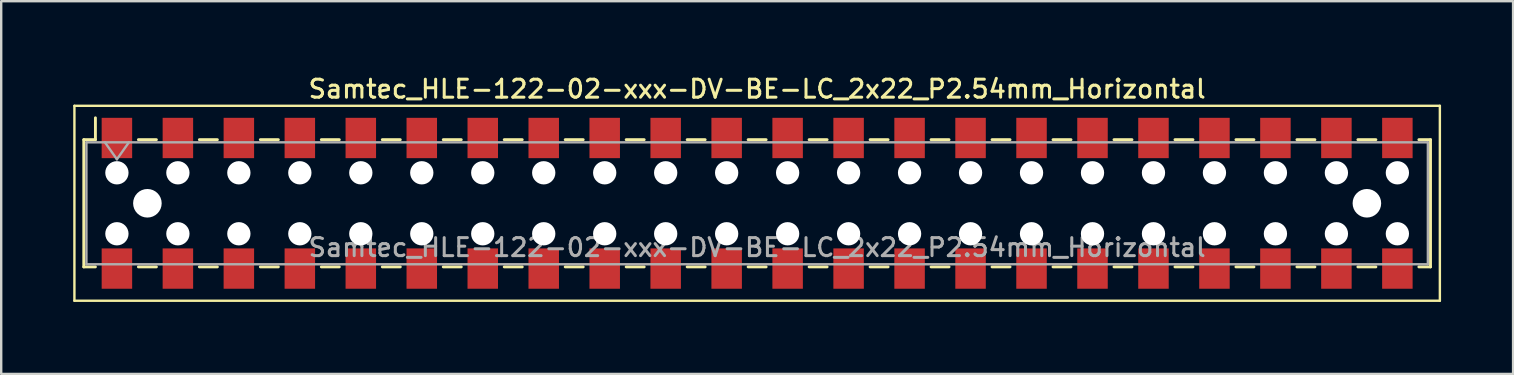
<source format=kicad_pcb>
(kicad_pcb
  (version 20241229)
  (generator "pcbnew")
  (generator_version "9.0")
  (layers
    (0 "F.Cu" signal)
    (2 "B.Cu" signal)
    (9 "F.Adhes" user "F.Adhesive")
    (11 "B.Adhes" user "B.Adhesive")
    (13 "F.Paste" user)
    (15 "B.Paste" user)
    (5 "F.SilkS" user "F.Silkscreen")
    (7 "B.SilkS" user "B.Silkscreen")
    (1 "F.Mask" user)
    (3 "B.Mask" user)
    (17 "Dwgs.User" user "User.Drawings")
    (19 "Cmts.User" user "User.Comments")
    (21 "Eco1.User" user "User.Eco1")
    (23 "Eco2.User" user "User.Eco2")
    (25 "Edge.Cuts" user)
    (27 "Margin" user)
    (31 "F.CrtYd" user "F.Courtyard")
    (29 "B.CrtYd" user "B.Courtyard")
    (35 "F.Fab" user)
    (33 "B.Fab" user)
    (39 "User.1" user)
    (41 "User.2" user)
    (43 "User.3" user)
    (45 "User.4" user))
  (footprint "Samtec_HLE-122-02-xxx-DV-BE-LC_2x22_P2.54mm_Horizontal"
    (layer "F.Cu")
    (at 28.49 5.418)
    (property "Reference" "Samtec_HLE-122-02-xxx-DV-BE-LC_2x22_P2.54mm_Horizontal" (at 0 -4.76 0) (layer "F.SilkS") (effects (font (size 0.75 0.75) (thickness 0.125))))
    (attr smd)
    (fp_line (start -28.44 -4.06) (end 28.44 -4.06) (stroke (width 0.1) (type solid)) (layer "F.SilkS"))
    (fp_line (start -28.44 4.06) (end -28.44 -4.06) (stroke (width 0.1) (type solid)) (layer "F.SilkS"))
    (fp_line (start -28.05 -2.65) (end -28.05 2.65) (stroke (width 0.12) (type solid)) (layer "F.SilkS"))
    (fp_line (start -28.05 2.65) (end -27.565 2.65) (stroke (width 0.12) (type solid)) (layer "F.SilkS"))
    (fp_line (start -27.565 -3.56) (end -27.565 -2.65) (stroke (width 0.12) (type solid)) (layer "F.SilkS"))
    (fp_line (start -27.565 -2.65) (end -28.05 -2.65) (stroke (width 0.12) (type solid)) (layer "F.SilkS"))
    (fp_line (start -25.775 -2.65) (end -25.025 -2.65) (stroke (width 0.12) (type solid)) (layer "F.SilkS"))
    (fp_line (start -25.775 2.65) (end -25.025 2.65) (stroke (width 0.12) (type solid)) (layer "F.SilkS"))
    (fp_line (start -23.235 -2.65) (end -22.485 -2.65) (stroke (width 0.12) (type solid)) (layer "F.SilkS"))
    (fp_line (start -23.235 2.65) (end -22.485 2.65) (stroke (width 0.12) (type solid)) (layer "F.SilkS"))
    (fp_line (start -20.695 -2.65) (end -19.945 -2.65) (stroke (width 0.12) (type solid)) (layer "F.SilkS"))
    (fp_line (start -20.695 2.65) (end -19.945 2.65) (stroke (width 0.12) (type solid)) (layer "F.SilkS"))
    (fp_line (start -18.155 -2.65) (end -17.405 -2.65) (stroke (width 0.12) (type solid)) (layer "F.SilkS"))
    (fp_line (start -18.155 2.65) (end -17.405 2.65) (stroke (width 0.12) (type solid)) (layer "F.SilkS"))
    (fp_line (start -15.615 -2.65) (end -14.865 -2.65) (stroke (width 0.12) (type solid)) (layer "F.SilkS"))
    (fp_line (start -15.615 2.65) (end -14.865 2.65) (stroke (width 0.12) (type solid)) (layer "F.SilkS"))
    (fp_line (start -13.075 -2.65) (end -12.325 -2.65) (stroke (width 0.12) (type solid)) (layer "F.SilkS"))
    (fp_line (start -13.075 2.65) (end -12.325 2.65) (stroke (width 0.12) (type solid)) (layer "F.SilkS"))
    (fp_line (start -10.535 -2.65) (end -9.785 -2.65) (stroke (width 0.12) (type solid)) (layer "F.SilkS"))
    (fp_line (start -10.535 2.65) (end -9.785 2.65) (stroke (width 0.12) (type solid)) (layer "F.SilkS"))
    (fp_line (start -7.995 -2.65) (end -7.245 -2.65) (stroke (width 0.12) (type solid)) (layer "F.SilkS"))
    (fp_line (start -7.995 2.65) (end -7.245 2.65) (stroke (width 0.12) (type solid)) (layer "F.SilkS"))
    (fp_line (start -5.455 -2.65) (end -4.705 -2.65) (stroke (width 0.12) (type solid)) (layer "F.SilkS"))
    (fp_line (start -5.455 2.65) (end -4.705 2.65) (stroke (width 0.12) (type solid)) (layer "F.SilkS"))
    (fp_line (start -2.915 -2.65) (end -2.165 -2.65) (stroke (width 0.12) (type solid)) (layer "F.SilkS"))
    (fp_line (start -2.915 2.65) (end -2.165 2.65) (stroke (width 0.12) (type solid)) (layer "F.SilkS"))
    (fp_line (start -0.375 -2.65) (end 0.375 -2.65) (stroke (width 0.12) (type solid)) (layer "F.SilkS"))
    (fp_line (start -0.375 2.65) (end 0.375 2.65) (stroke (width 0.12) (type solid)) (layer "F.SilkS"))
    (fp_line (start 2.165 -2.65) (end 2.915 -2.65) (stroke (width 0.12) (type solid)) (layer "F.SilkS"))
    (fp_line (start 2.165 2.65) (end 2.915 2.65) (stroke (width 0.12) (type solid)) (layer "F.SilkS"))
    (fp_line (start 4.705 -2.65) (end 5.455 -2.65) (stroke (width 0.12) (type solid)) (layer "F.SilkS"))
    (fp_line (start 4.705 2.65) (end 5.455 2.65) (stroke (width 0.12) (type solid)) (layer "F.SilkS"))
    (fp_line (start 7.245 -2.65) (end 7.995 -2.65) (stroke (width 0.12) (type solid)) (layer "F.SilkS"))
    (fp_line (start 7.245 2.65) (end 7.995 2.65) (stroke (width 0.12) (type solid)) (layer "F.SilkS"))
    (fp_line (start 9.785 -2.65) (end 10.535 -2.65) (stroke (width 0.12) (type solid)) (layer "F.SilkS"))
    (fp_line (start 9.785 2.65) (end 10.535 2.65) (stroke (width 0.12) (type solid)) (layer "F.SilkS"))
    (fp_line (start 12.325 -2.65) (end 13.075 -2.65) (stroke (width 0.12) (type solid)) (layer "F.SilkS"))
    (fp_line (start 12.325 2.65) (end 13.075 2.65) (stroke (width 0.12) (type solid)) (layer "F.SilkS"))
    (fp_line (start 14.865 -2.65) (end 15.615 -2.65) (stroke (width 0.12) (type solid)) (layer "F.SilkS"))
    (fp_line (start 14.865 2.65) (end 15.615 2.65) (stroke (width 0.12) (type solid)) (layer "F.SilkS"))
    (fp_line (start 17.405 -2.65) (end 18.155 -2.65) (stroke (width 0.12) (type solid)) (layer "F.SilkS"))
    (fp_line (start 17.405 2.65) (end 18.155 2.65) (stroke (width 0.12) (type solid)) (layer "F.SilkS"))
    (fp_line (start 19.945 -2.65) (end 20.695 -2.65) (stroke (width 0.12) (type solid)) (layer "F.SilkS"))
    (fp_line (start 19.945 2.65) (end 20.695 2.65) (stroke (width 0.12) (type solid)) (layer "F.SilkS"))
    (fp_line (start 22.485 -2.65) (end 23.235 -2.65) (stroke (width 0.12) (type solid)) (layer "F.SilkS"))
    (fp_line (start 22.485 2.65) (end 23.235 2.65) (stroke (width 0.12) (type solid)) (layer "F.SilkS"))
    (fp_line (start 25.025 -2.65) (end 25.775 -2.65) (stroke (width 0.12) (type solid)) (layer "F.SilkS"))
    (fp_line (start 25.025 2.65) (end 25.775 2.65) (stroke (width 0.12) (type solid)) (layer "F.SilkS"))
    (fp_line (start 27.565 -2.65) (end 28.05 -2.65) (stroke (width 0.12) (type solid)) (layer "F.SilkS"))
    (fp_line (start 28.05 -2.65) (end 28.05 2.65) (stroke (width 0.12) (type solid)) (layer "F.SilkS"))
    (fp_line (start 28.05 2.65) (end 27.565 2.65) (stroke (width 0.12) (type solid)) (layer "F.SilkS"))
    (fp_line (start 28.44 -4.06) (end 28.44 4.06) (stroke (width 0.1) (type solid)) (layer "F.SilkS"))
    (fp_line (start 28.44 4.06) (end -28.44 4.06) (stroke (width 0.1) (type solid)) (layer "F.SilkS"))
    (fp_line (start -27.94 -2.54) (end 27.94 -2.54) (stroke (width 0.1) (type solid)) (layer "F.Fab"))
    (fp_line (start -27.94 2.54) (end -27.94 -2.54) (stroke (width 0.1) (type solid)) (layer "F.Fab"))
    (fp_line (start -27.17 -2.54) (end -26.67 -1.833) (stroke (width 0.1) (type solid)) (layer "F.Fab"))
    (fp_line (start -26.67 -1.833) (end -26.17 -2.54) (stroke (width 0.1) (type solid)) (layer "F.Fab"))
    (fp_line (start 27.94 -2.54) (end 27.94 2.54) (stroke (width 0.1) (type solid)) (layer "F.Fab"))
    (fp_line (start 27.94 2.54) (end -27.94 2.54) (stroke (width 0.1) (type solid)) (layer "F.Fab"))
    (fp_text user "${REFERENCE}" (at 0 1.84 0) (layer "F.Fab") (effects (font (size 0.75 0.75) (thickness 0.125))))
    (pad "" np_thru_hole circle (at -26.67 -1.27) (size 0.97 0.97) (drill 0.97) (layers "*.Cu" "*.Mask"))
    (pad "" np_thru_hole circle (at -26.67 1.27) (size 0.97 0.97) (drill 0.97) (layers "*.Cu" "*.Mask"))
    (pad "" np_thru_hole circle (at -25.4 0) (size 1.19 1.19) (drill 1.19) (layers "*.Cu" "*.Mask"))
    (pad "" np_thru_hole circle (at -24.13 -1.27) (size 0.97 0.97) (drill 0.97) (layers "*.Cu" "*.Mask"))
    (pad "" np_thru_hole circle (at -24.13 1.27) (size 0.97 0.97) (drill 0.97) (layers "*.Cu" "*.Mask"))
    (pad "" np_thru_hole circle (at -21.59 -1.27) (size 0.97 0.97) (drill 0.97) (layers "*.Cu" "*.Mask"))
    (pad "" np_thru_hole circle (at -21.59 1.27) (size 0.97 0.97) (drill 0.97) (layers "*.Cu" "*.Mask"))
    (pad "" np_thru_hole circle (at -19.05 -1.27) (size 0.97 0.97) (drill 0.97) (layers "*.Cu" "*.Mask"))
    (pad "" np_thru_hole circle (at -19.05 1.27) (size 0.97 0.97) (drill 0.97) (layers "*.Cu" "*.Mask"))
    (pad "" np_thru_hole circle (at -16.51 -1.27) (size 0.97 0.97) (drill 0.97) (layers "*.Cu" "*.Mask"))
    (pad "" np_thru_hole circle (at -16.51 1.27) (size 0.97 0.97) (drill 0.97) (layers "*.Cu" "*.Mask"))
    (pad "" np_thru_hole circle (at -13.97 -1.27) (size 0.97 0.97) (drill 0.97) (layers "*.Cu" "*.Mask"))
    (pad "" np_thru_hole circle (at -13.97 1.27) (size 0.97 0.97) (drill 0.97) (layers "*.Cu" "*.Mask"))
    (pad "" np_thru_hole circle (at -11.43 -1.27) (size 0.97 0.97) (drill 0.97) (layers "*.Cu" "*.Mask"))
    (pad "" np_thru_hole circle (at -11.43 1.27) (size 0.97 0.97) (drill 0.97) (layers "*.Cu" "*.Mask"))
    (pad "" np_thru_hole circle (at -8.89 -1.27) (size 0.97 0.97) (drill 0.97) (layers "*.Cu" "*.Mask"))
    (pad "" np_thru_hole circle (at -8.89 1.27) (size 0.97 0.97) (drill 0.97) (layers "*.Cu" "*.Mask"))
    (pad "" np_thru_hole circle (at -6.35 -1.27) (size 0.97 0.97) (drill 0.97) (layers "*.Cu" "*.Mask"))
    (pad "" np_thru_hole circle (at -6.35 1.27) (size 0.97 0.97) (drill 0.97) (layers "*.Cu" "*.Mask"))
    (pad "" np_thru_hole circle (at -3.81 -1.27) (size 0.97 0.97) (drill 0.97) (layers "*.Cu" "*.Mask"))
    (pad "" np_thru_hole circle (at -3.81 1.27) (size 0.97 0.97) (drill 0.97) (layers "*.Cu" "*.Mask"))
    (pad "" np_thru_hole circle (at -1.27 -1.27) (size 0.97 0.97) (drill 0.97) (layers "*.Cu" "*.Mask"))
    (pad "" np_thru_hole circle (at -1.27 1.27) (size 0.97 0.97) (drill 0.97) (layers "*.Cu" "*.Mask"))
    (pad "" np_thru_hole circle (at 1.27 -1.27) (size 0.97 0.97) (drill 0.97) (layers "*.Cu" "*.Mask"))
    (pad "" np_thru_hole circle (at 1.27 1.27) (size 0.97 0.97) (drill 0.97) (layers "*.Cu" "*.Mask"))
    (pad "" np_thru_hole circle (at 3.81 -1.27) (size 0.97 0.97) (drill 0.97) (layers "*.Cu" "*.Mask"))
    (pad "" np_thru_hole circle (at 3.81 1.27) (size 0.97 0.97) (drill 0.97) (layers "*.Cu" "*.Mask"))
    (pad "" np_thru_hole circle (at 6.35 -1.27) (size 0.97 0.97) (drill 0.97) (layers "*.Cu" "*.Mask"))
    (pad "" np_thru_hole circle (at 6.35 1.27) (size 0.97 0.97) (drill 0.97) (layers "*.Cu" "*.Mask"))
    (pad "" np_thru_hole circle (at 8.89 -1.27) (size 0.97 0.97) (drill 0.97) (layers "*.Cu" "*.Mask"))
    (pad "" np_thru_hole circle (at 8.89 1.27) (size 0.97 0.97) (drill 0.97) (layers "*.Cu" "*.Mask"))
    (pad "" np_thru_hole circle (at 11.43 -1.27) (size 0.97 0.97) (drill 0.97) (layers "*.Cu" "*.Mask"))
    (pad "" np_thru_hole circle (at 11.43 1.27) (size 0.97 0.97) (drill 0.97) (layers "*.Cu" "*.Mask"))
    (pad "" np_thru_hole circle (at 13.97 -1.27) (size 0.97 0.97) (drill 0.97) (layers "*.Cu" "*.Mask"))
    (pad "" np_thru_hole circle (at 13.97 1.27) (size 0.97 0.97) (drill 0.97) (layers "*.Cu" "*.Mask"))
    (pad "" np_thru_hole circle (at 16.51 -1.27) (size 0.97 0.97) (drill 0.97) (layers "*.Cu" "*.Mask"))
    (pad "" np_thru_hole circle (at 16.51 1.27) (size 0.97 0.97) (drill 0.97) (layers "*.Cu" "*.Mask"))
    (pad "" np_thru_hole circle (at 19.05 -1.27) (size 0.97 0.97) (drill 0.97) (layers "*.Cu" "*.Mask"))
    (pad "" np_thru_hole circle (at 19.05 1.27) (size 0.97 0.97) (drill 0.97) (layers "*.Cu" "*.Mask"))
    (pad "" np_thru_hole circle (at 21.59 -1.27) (size 0.97 0.97) (drill 0.97) (layers "*.Cu" "*.Mask"))
    (pad "" np_thru_hole circle (at 21.59 1.27) (size 0.97 0.97) (drill 0.97) (layers "*.Cu" "*.Mask"))
    (pad "" np_thru_hole circle (at 24.13 -1.27) (size 0.97 0.97) (drill 0.97) (layers "*.Cu" "*.Mask"))
    (pad "" np_thru_hole circle (at 24.13 1.27) (size 0.97 0.97) (drill 0.97) (layers "*.Cu" "*.Mask"))
    (pad "" np_thru_hole circle (at 25.4 0) (size 1.19 1.19) (drill 1.19) (layers "*.Cu" "*.Mask"))
    (pad "" np_thru_hole circle (at 26.67 -1.27) (size 0.97 0.97) (drill 0.97) (layers "*.Cu" "*.Mask"))
    (pad "" np_thru_hole circle (at 26.67 1.27) (size 0.97 0.97) (drill 0.97) (layers "*.Cu" "*.Mask"))
    (pad "1" smd rect (at -26.67 -2.72) (size 1.27 1.68) (layers "F.Cu" "F.Mask" "F.Paste"))
    (pad "2" smd rect (at -26.67 2.72) (size 1.27 1.68) (layers "F.Cu" "F.Mask" "F.Paste"))
    (pad "3" smd rect (at -24.13 -2.72) (size 1.27 1.68) (layers "F.Cu" "F.Mask" "F.Paste"))
    (pad "4" smd rect (at -24.13 2.72) (size 1.27 1.68) (layers "F.Cu" "F.Mask" "F.Paste"))
    (pad "5" smd rect (at -21.59 -2.72) (size 1.27 1.68) (layers "F.Cu" "F.Mask" "F.Paste"))
    (pad "6" smd rect (at -21.59 2.72) (size 1.27 1.68) (layers "F.Cu" "F.Mask" "F.Paste"))
    (pad "7" smd rect (at -19.05 -2.72) (size 1.27 1.68) (layers "F.Cu" "F.Mask" "F.Paste"))
    (pad "8" smd rect (at -19.05 2.72) (size 1.27 1.68) (layers "F.Cu" "F.Mask" "F.Paste"))
    (pad "9" smd rect (at -16.51 -2.72) (size 1.27 1.68) (layers "F.Cu" "F.Mask" "F.Paste"))
    (pad "10" smd rect (at -16.51 2.72) (size 1.27 1.68) (layers "F.Cu" "F.Mask" "F.Paste"))
    (pad "11" smd rect (at -13.97 -2.72) (size 1.27 1.68) (layers "F.Cu" "F.Mask" "F.Paste"))
    (pad "12" smd rect (at -13.97 2.72) (size 1.27 1.68) (layers "F.Cu" "F.Mask" "F.Paste"))
    (pad "13" smd rect (at -11.43 -2.72) (size 1.27 1.68) (layers "F.Cu" "F.Mask" "F.Paste"))
    (pad "14" smd rect (at -11.43 2.72) (size 1.27 1.68) (layers "F.Cu" "F.Mask" "F.Paste"))
    (pad "15" smd rect (at -8.89 -2.72) (size 1.27 1.68) (layers "F.Cu" "F.Mask" "F.Paste"))
    (pad "16" smd rect (at -8.89 2.72) (size 1.27 1.68) (layers "F.Cu" "F.Mask" "F.Paste"))
    (pad "17" smd rect (at -6.35 -2.72) (size 1.27 1.68) (layers "F.Cu" "F.Mask" "F.Paste"))
    (pad "18" smd rect (at -6.35 2.72) (size 1.27 1.68) (layers "F.Cu" "F.Mask" "F.Paste"))
    (pad "19" smd rect (at -3.81 -2.72) (size 1.27 1.68) (layers "F.Cu" "F.Mask" "F.Paste"))
    (pad "20" smd rect (at -3.81 2.72) (size 1.27 1.68) (layers "F.Cu" "F.Mask" "F.Paste"))
    (pad "21" smd rect (at -1.27 -2.72) (size 1.27 1.68) (layers "F.Cu" "F.Mask" "F.Paste"))
    (pad "22" smd rect (at -1.27 2.72) (size 1.27 1.68) (layers "F.Cu" "F.Mask" "F.Paste"))
    (pad "23" smd rect (at 1.27 -2.72) (size 1.27 1.68) (layers "F.Cu" "F.Mask" "F.Paste"))
    (pad "24" smd rect (at 1.27 2.72) (size 1.27 1.68) (layers "F.Cu" "F.Mask" "F.Paste"))
    (pad "25" smd rect (at 3.81 -2.72) (size 1.27 1.68) (layers "F.Cu" "F.Mask" "F.Paste"))
    (pad "26" smd rect (at 3.81 2.72) (size 1.27 1.68) (layers "F.Cu" "F.Mask" "F.Paste"))
    (pad "27" smd rect (at 6.35 -2.72) (size 1.27 1.68) (layers "F.Cu" "F.Mask" "F.Paste"))
    (pad "28" smd rect (at 6.35 2.72) (size 1.27 1.68) (layers "F.Cu" "F.Mask" "F.Paste"))
    (pad "29" smd rect (at 8.89 -2.72) (size 1.27 1.68) (layers "F.Cu" "F.Mask" "F.Paste"))
    (pad "30" smd rect (at 8.89 2.72) (size 1.27 1.68) (layers "F.Cu" "F.Mask" "F.Paste"))
    (pad "31" smd rect (at 11.43 -2.72) (size 1.27 1.68) (layers "F.Cu" "F.Mask" "F.Paste"))
    (pad "32" smd rect (at 11.43 2.72) (size 1.27 1.68) (layers "F.Cu" "F.Mask" "F.Paste"))
    (pad "33" smd rect (at 13.97 -2.72) (size 1.27 1.68) (layers "F.Cu" "F.Mask" "F.Paste"))
    (pad "34" smd rect (at 13.97 2.72) (size 1.27 1.68) (layers "F.Cu" "F.Mask" "F.Paste"))
    (pad "35" smd rect (at 16.51 -2.72) (size 1.27 1.68) (layers "F.Cu" "F.Mask" "F.Paste"))
    (pad "36" smd rect (at 16.51 2.72) (size 1.27 1.68) (layers "F.Cu" "F.Mask" "F.Paste"))
    (pad "37" smd rect (at 19.05 -2.72) (size 1.27 1.68) (layers "F.Cu" "F.Mask" "F.Paste"))
    (pad "38" smd rect (at 19.05 2.72) (size 1.27 1.68) (layers "F.Cu" "F.Mask" "F.Paste"))
    (pad "39" smd rect (at 21.59 -2.72) (size 1.27 1.68) (layers "F.Cu" "F.Mask" "F.Paste"))
    (pad "40" smd rect (at 21.59 2.72) (size 1.27 1.68) (layers "F.Cu" "F.Mask" "F.Paste"))
    (pad "41" smd rect (at 24.13 -2.72) (size 1.27 1.68) (layers "F.Cu" "F.Mask" "F.Paste"))
    (pad "42" smd rect (at 24.13 2.72) (size 1.27 1.68) (layers "F.Cu" "F.Mask" "F.Paste"))
    (pad "43" smd rect (at 26.67 -2.72) (size 1.27 1.68) (layers "F.Cu" "F.Mask" "F.Paste"))
    (pad "44" smd rect (at 26.67 2.72) (size 1.27 1.68) (layers "F.Cu" "F.Mask" "F.Paste")))
  (gr_rect
    (start -3 -3)
    (end 59.98 12.528)
    (stroke (width 0.1) (type default))
    (fill no)
    (layer "Edge.Cuts")))
</source>
